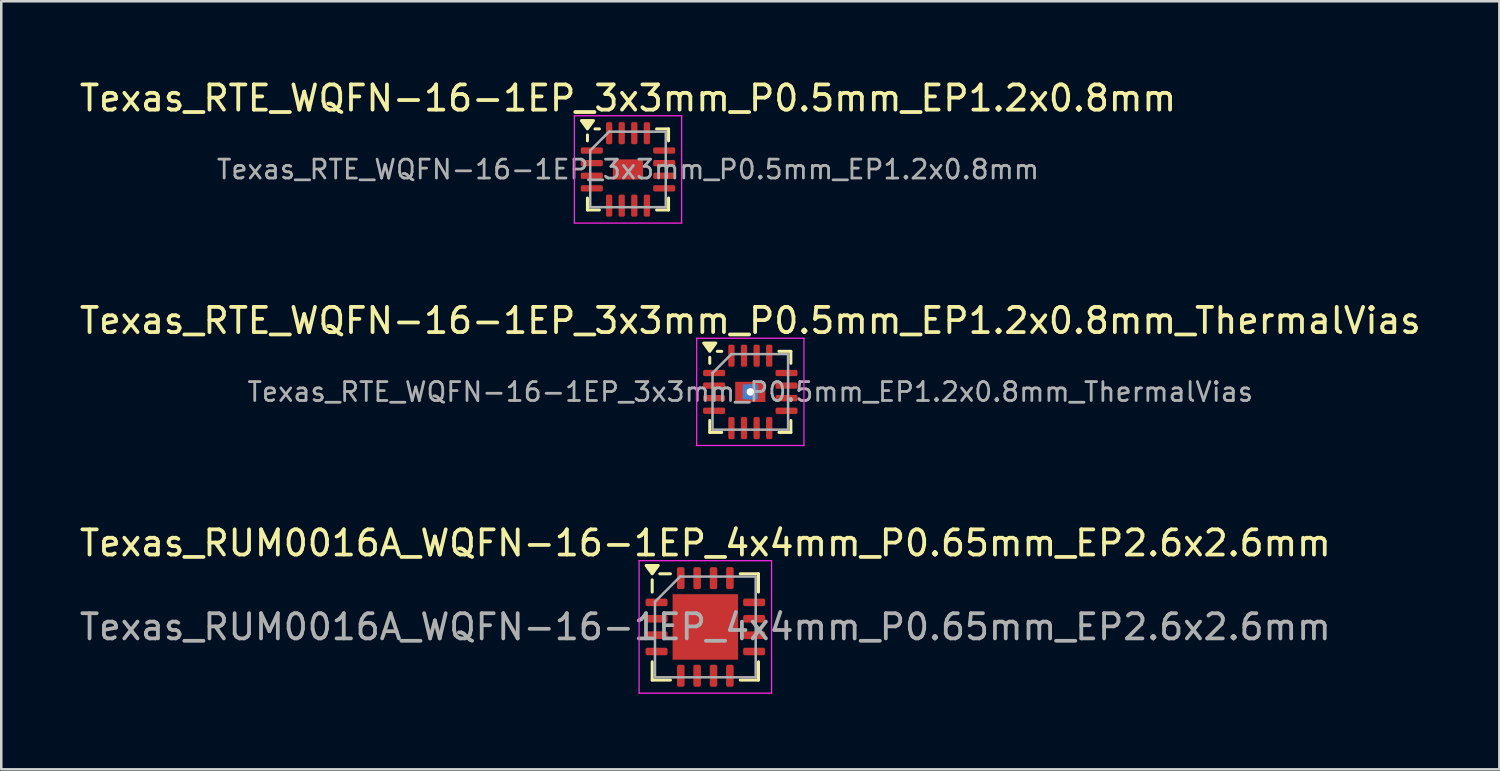
<source format=kicad_pcb>
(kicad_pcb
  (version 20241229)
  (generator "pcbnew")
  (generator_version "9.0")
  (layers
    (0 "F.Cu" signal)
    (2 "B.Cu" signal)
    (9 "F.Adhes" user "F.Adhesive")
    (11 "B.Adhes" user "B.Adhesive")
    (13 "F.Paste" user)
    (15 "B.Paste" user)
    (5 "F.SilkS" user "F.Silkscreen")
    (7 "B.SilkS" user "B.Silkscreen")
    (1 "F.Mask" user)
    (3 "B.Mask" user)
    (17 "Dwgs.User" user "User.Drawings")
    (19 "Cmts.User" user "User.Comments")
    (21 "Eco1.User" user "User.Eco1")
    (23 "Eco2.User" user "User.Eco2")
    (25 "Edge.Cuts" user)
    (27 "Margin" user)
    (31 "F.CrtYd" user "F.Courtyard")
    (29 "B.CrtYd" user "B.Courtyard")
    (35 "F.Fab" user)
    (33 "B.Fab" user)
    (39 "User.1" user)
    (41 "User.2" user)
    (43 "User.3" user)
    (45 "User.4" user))
  (footprint "Texas_RTE_WQFN-16-1EP_3x3mm_P0.5mm_EP1.2x0.8mm"
    (layer "F.Cu")
    (at 21.887 3.678)
    (property "Reference" "Texas_RTE_WQFN-16-1EP_3x3mm_P0.5mm_EP1.2x0.8mm" (at 0 -2.83 0) (layer "F.SilkS") (effects (font (size 1 1) (thickness 0.15))))
    (attr smd)
    (fp_line (start -1.61 -1.135) (end -1.61 -1.37) (stroke (width 0.12) (type solid)) (layer "F.SilkS"))
    (fp_line (start -1.61 1.61) (end -1.61 1.135) (stroke (width 0.12) (type solid)) (layer "F.SilkS"))
    (fp_line (start -1.135 -1.61) (end -1.31 -1.61) (stroke (width 0.12) (type solid)) (layer "F.SilkS"))
    (fp_line (start -1.135 1.61) (end -1.61 1.61) (stroke (width 0.12) (type solid)) (layer "F.SilkS"))
    (fp_line (start 1.135 -1.61) (end 1.61 -1.61) (stroke (width 0.12) (type solid)) (layer "F.SilkS"))
    (fp_line (start 1.135 1.61) (end 1.61 1.61) (stroke (width 0.12) (type solid)) (layer "F.SilkS"))
    (fp_line (start 1.61 -1.61) (end 1.61 -1.135) (stroke (width 0.12) (type solid)) (layer "F.SilkS"))
    (fp_line (start 1.61 1.61) (end 1.61 1.135) (stroke (width 0.12) (type solid)) (layer "F.SilkS"))
    (fp_poly (pts (xy -1.61 -1.61) (xy -1.85 -1.94) (xy -1.37 -1.94) (xy -1.61 -1.61)) (stroke (width 0.12) (type solid)) (fill yes) (layer "F.SilkS"))
    (fp_line (start -2.13 -2.13) (end -2.13 2.13) (stroke (width 0.05) (type solid)) (layer "F.CrtYd"))
    (fp_line (start -2.13 2.13) (end 2.13 2.13) (stroke (width 0.05) (type solid)) (layer "F.CrtYd"))
    (fp_line (start 2.13 -2.13) (end -2.13 -2.13) (stroke (width 0.05) (type solid)) (layer "F.CrtYd"))
    (fp_line (start 2.13 2.13) (end 2.13 -2.13) (stroke (width 0.05) (type solid)) (layer "F.CrtYd"))
    (fp_line (start -1.5 -0.75) (end -0.75 -1.5) (stroke (width 0.1) (type solid)) (layer "F.Fab"))
    (fp_line (start -1.5 1.5) (end -1.5 -0.75) (stroke (width 0.1) (type solid)) (layer "F.Fab"))
    (fp_line (start -0.75 -1.5) (end 1.5 -1.5) (stroke (width 0.1) (type solid)) (layer "F.Fab"))
    (fp_line (start 1.5 -1.5) (end 1.5 1.5) (stroke (width 0.1) (type solid)) (layer "F.Fab"))
    (fp_line (start 1.5 1.5) (end -1.5 1.5) (stroke (width 0.1) (type solid)) (layer "F.Fab"))
    (fp_text user "${REFERENCE}" (at 0 0 0) (layer "F.Fab") (effects (font (size 0.75 0.75) (thickness 0.11))))
    (pad "" smd roundrect (at -0.3 -0.2) (size 0.48 0.32) (layers "F.Paste") (roundrect_rratio 0.25))
    (pad "" smd roundrect (at -0.3 0.2) (size 0.48 0.32) (layers "F.Paste") (roundrect_rratio 0.25))
    (pad "" smd roundrect (at 0.3 -0.2) (size 0.48 0.32) (layers "F.Paste") (roundrect_rratio 0.25))
    (pad "" smd roundrect (at 0.3 0.2) (size 0.48 0.32) (layers "F.Paste") (roundrect_rratio 0.25))
    (pad "1" smd roundrect (at -1.438 -0.75) (size 0.875 0.25) (layers "F.Cu" "F.Mask" "F.Paste") (roundrect_rratio 0.25))
    (pad "2" smd roundrect (at -1.438 -0.25) (size 0.875 0.25) (layers "F.Cu" "F.Mask" "F.Paste") (roundrect_rratio 0.25))
    (pad "3" smd roundrect (at -1.438 0.25) (size 0.875 0.25) (layers "F.Cu" "F.Mask" "F.Paste") (roundrect_rratio 0.25))
    (pad "4" smd roundrect (at -1.438 0.75) (size 0.875 0.25) (layers "F.Cu" "F.Mask" "F.Paste") (roundrect_rratio 0.25))
    (pad "5" smd roundrect (at -0.75 1.438) (size 0.25 0.875) (layers "F.Cu" "F.Mask" "F.Paste") (roundrect_rratio 0.25))
    (pad "6" smd roundrect (at -0.25 1.438) (size 0.25 0.875) (layers "F.Cu" "F.Mask" "F.Paste") (roundrect_rratio 0.25))
    (pad "7" smd roundrect (at 0.25 1.438) (size 0.25 0.875) (layers "F.Cu" "F.Mask" "F.Paste") (roundrect_rratio 0.25))
    (pad "8" smd roundrect (at 0.75 1.438) (size 0.25 0.875) (layers "F.Cu" "F.Mask" "F.Paste") (roundrect_rratio 0.25))
    (pad "9" smd roundrect (at 1.438 0.75) (size 0.875 0.25) (layers "F.Cu" "F.Mask" "F.Paste") (roundrect_rratio 0.25))
    (pad "10" smd roundrect (at 1.438 0.25) (size 0.875 0.25) (layers "F.Cu" "F.Mask" "F.Paste") (roundrect_rratio 0.25))
    (pad "11" smd roundrect (at 1.438 -0.25) (size 0.875 0.25) (layers "F.Cu" "F.Mask" "F.Paste") (roundrect_rratio 0.25))
    (pad "12" smd roundrect (at 1.438 -0.75) (size 0.875 0.25) (layers "F.Cu" "F.Mask" "F.Paste") (roundrect_rratio 0.25))
    (pad "13" smd roundrect (at 0.75 -1.438) (size 0.25 0.875) (layers "F.Cu" "F.Mask" "F.Paste") (roundrect_rratio 0.25))
    (pad "14" smd roundrect (at 0.25 -1.438) (size 0.25 0.875) (layers "F.Cu" "F.Mask" "F.Paste") (roundrect_rratio 0.25))
    (pad "15" smd roundrect (at -0.25 -1.438) (size 0.25 0.875) (layers "F.Cu" "F.Mask" "F.Paste") (roundrect_rratio 0.25))
    (pad "16" smd roundrect (at -0.75 -1.438) (size 0.25 0.875) (layers "F.Cu" "F.Mask" "F.Paste") (roundrect_rratio 0.25))
    (pad "17" smd rect (at 0 0) (size 1.2 0.8) (property pad_prop_heatsink) (layers "F.Cu" "F.Mask")))
  (footprint "Texas_RTE_WQFN-16-1EP_3x3mm_P0.5mm_EP1.2x0.8mm_ThermalVias"
    (layer "F.Cu")
    (at 26.744 12.511)
    (property "Reference" "Texas_RTE_WQFN-16-1EP_3x3mm_P0.5mm_EP1.2x0.8mm_ThermalVias" (at 0 -2.83 0) (layer "F.SilkS") (effects (font (size 1 1) (thickness 0.15))))
    (attr smd)
    (fp_line (start -1.61 -1.135) (end -1.61 -1.37) (stroke (width 0.12) (type solid)) (layer "F.SilkS"))
    (fp_line (start -1.61 1.61) (end -1.61 1.135) (stroke (width 0.12) (type solid)) (layer "F.SilkS"))
    (fp_line (start -1.135 -1.61) (end -1.31 -1.61) (stroke (width 0.12) (type solid)) (layer "F.SilkS"))
    (fp_line (start -1.135 1.61) (end -1.61 1.61) (stroke (width 0.12) (type solid)) (layer "F.SilkS"))
    (fp_line (start 1.135 -1.61) (end 1.61 -1.61) (stroke (width 0.12) (type solid)) (layer "F.SilkS"))
    (fp_line (start 1.135 1.61) (end 1.61 1.61) (stroke (width 0.12) (type solid)) (layer "F.SilkS"))
    (fp_line (start 1.61 -1.61) (end 1.61 -1.135) (stroke (width 0.12) (type solid)) (layer "F.SilkS"))
    (fp_line (start 1.61 1.61) (end 1.61 1.135) (stroke (width 0.12) (type solid)) (layer "F.SilkS"))
    (fp_poly (pts (xy -1.61 -1.61) (xy -1.85 -1.94) (xy -1.37 -1.94) (xy -1.61 -1.61)) (stroke (width 0.12) (type solid)) (fill yes) (layer "F.SilkS"))
    (fp_line (start -2.13 -2.13) (end -2.13 2.13) (stroke (width 0.05) (type solid)) (layer "F.CrtYd"))
    (fp_line (start -2.13 2.13) (end 2.13 2.13) (stroke (width 0.05) (type solid)) (layer "F.CrtYd"))
    (fp_line (start 2.13 -2.13) (end -2.13 -2.13) (stroke (width 0.05) (type solid)) (layer "F.CrtYd"))
    (fp_line (start 2.13 2.13) (end 2.13 -2.13) (stroke (width 0.05) (type solid)) (layer "F.CrtYd"))
    (fp_line (start -1.5 -0.75) (end -0.75 -1.5) (stroke (width 0.1) (type solid)) (layer "F.Fab"))
    (fp_line (start -1.5 1.5) (end -1.5 -0.75) (stroke (width 0.1) (type solid)) (layer "F.Fab"))
    (fp_line (start -0.75 -1.5) (end 1.5 -1.5) (stroke (width 0.1) (type solid)) (layer "F.Fab"))
    (fp_line (start 1.5 -1.5) (end 1.5 1.5) (stroke (width 0.1) (type solid)) (layer "F.Fab"))
    (fp_line (start 1.5 1.5) (end -1.5 1.5) (stroke (width 0.1) (type solid)) (layer "F.Fab"))
    (fp_text user "${REFERENCE}" (at 0 0 0) (layer "F.Fab") (effects (font (size 0.75 0.75) (thickness 0.11))))
    (pad "" smd roundrect (at -0.34 -0.23) (size 0.5 0.33) (layers "F.Paste") (roundrect_rratio 0.25))
    (pad "" smd roundrect (at -0.34 0.23) (size 0.5 0.33) (layers "F.Paste") (roundrect_rratio 0.25))
    (pad "" smd roundrect (at 0.34 -0.23) (size 0.5 0.33) (layers "F.Paste") (roundrect_rratio 0.25))
    (pad "" smd roundrect (at 0.34 0.23) (size 0.5 0.33) (layers "F.Paste") (roundrect_rratio 0.25))
    (pad "1" smd roundrect (at -1.438 -0.75) (size 0.875 0.25) (layers "F.Cu" "F.Mask" "F.Paste") (roundrect_rratio 0.25))
    (pad "2" smd roundrect (at -1.438 -0.25) (size 0.875 0.25) (layers "F.Cu" "F.Mask" "F.Paste") (roundrect_rratio 0.25))
    (pad "3" smd roundrect (at -1.438 0.25) (size 0.875 0.25) (layers "F.Cu" "F.Mask" "F.Paste") (roundrect_rratio 0.25))
    (pad "4" smd roundrect (at -1.438 0.75) (size 0.875 0.25) (layers "F.Cu" "F.Mask" "F.Paste") (roundrect_rratio 0.25))
    (pad "5" smd roundrect (at -0.75 1.438) (size 0.25 0.875) (layers "F.Cu" "F.Mask" "F.Paste") (roundrect_rratio 0.25))
    (pad "6" smd roundrect (at -0.25 1.438) (size 0.25 0.875) (layers "F.Cu" "F.Mask" "F.Paste") (roundrect_rratio 0.25))
    (pad "7" smd roundrect (at 0.25 1.438) (size 0.25 0.875) (layers "F.Cu" "F.Mask" "F.Paste") (roundrect_rratio 0.25))
    (pad "8" smd roundrect (at 0.75 1.438) (size 0.25 0.875) (layers "F.Cu" "F.Mask" "F.Paste") (roundrect_rratio 0.25))
    (pad "9" smd roundrect (at 1.438 0.75) (size 0.875 0.25) (layers "F.Cu" "F.Mask" "F.Paste") (roundrect_rratio 0.25))
    (pad "10" smd roundrect (at 1.438 0.25) (size 0.875 0.25) (layers "F.Cu" "F.Mask" "F.Paste") (roundrect_rratio 0.25))
    (pad "11" smd roundrect (at 1.438 -0.25) (size 0.875 0.25) (layers "F.Cu" "F.Mask" "F.Paste") (roundrect_rratio 0.25))
    (pad "12" smd roundrect (at 1.438 -0.75) (size 0.875 0.25) (layers "F.Cu" "F.Mask" "F.Paste") (roundrect_rratio 0.25))
    (pad "13" smd roundrect (at 0.75 -1.438) (size 0.25 0.875) (layers "F.Cu" "F.Mask" "F.Paste") (roundrect_rratio 0.25))
    (pad "14" smd roundrect (at 0.25 -1.438) (size 0.25 0.875) (layers "F.Cu" "F.Mask" "F.Paste") (roundrect_rratio 0.25))
    (pad "15" smd roundrect (at -0.25 -1.438) (size 0.25 0.875) (layers "F.Cu" "F.Mask" "F.Paste") (roundrect_rratio 0.25))
    (pad "16" smd roundrect (at -0.75 -1.438) (size 0.25 0.875) (layers "F.Cu" "F.Mask" "F.Paste") (roundrect_rratio 0.25))
    (pad "17" thru_hole circle (at 0 0) (size 0.6 0.6) (drill 0.3) (property pad_prop_heatsink) (layers "*.Cu"))
    (pad "17" smd rect (at 0 0) (size 0.6 0.6) (property pad_prop_heatsink) (layers "B.Cu"))
    (pad "17" smd rect (at 0 0) (size 1.2 0.8) (property pad_prop_heatsink) (layers "F.Cu" "F.Mask")))
  (footprint "Texas_RUM0016A_WQFN-16-1EP_4x4mm_P0.65mm_EP2.6x2.6mm"
    (layer "F.Cu")
    (at 24.958 21.845)
    (property "Reference" "Texas_RUM0016A_WQFN-16-1EP_4x4mm_P0.65mm_EP2.6x2.6mm" (at 0 -3.33 0) (layer "F.SilkS") (effects (font (size 1 1) (thickness 0.15))))
    (attr smd)
    (fp_line (start -2.11 -1.385) (end -2.11 -1.87) (stroke (width 0.12) (type solid)) (layer "F.SilkS"))
    (fp_line (start -2.11 2.11) (end -2.11 1.385) (stroke (width 0.12) (type solid)) (layer "F.SilkS"))
    (fp_line (start -1.385 -2.11) (end -1.81 -2.11) (stroke (width 0.12) (type solid)) (layer "F.SilkS"))
    (fp_line (start -1.385 2.11) (end -2.11 2.11) (stroke (width 0.12) (type solid)) (layer "F.SilkS"))
    (fp_line (start 1.385 -2.11) (end 2.11 -2.11) (stroke (width 0.12) (type solid)) (layer "F.SilkS"))
    (fp_line (start 1.385 2.11) (end 2.11 2.11) (stroke (width 0.12) (type solid)) (layer "F.SilkS"))
    (fp_line (start 2.11 -2.11) (end 2.11 -1.385) (stroke (width 0.12) (type solid)) (layer "F.SilkS"))
    (fp_line (start 2.11 2.11) (end 2.11 1.385) (stroke (width 0.12) (type solid)) (layer "F.SilkS"))
    (fp_poly (pts (xy -2.11 -2.11) (xy -2.35 -2.44) (xy -1.87 -2.44) (xy -2.11 -2.11)) (stroke (width 0.12) (type solid)) (fill yes) (layer "F.SilkS"))
    (fp_line (start -2.63 -2.63) (end -2.63 2.63) (stroke (width 0.05) (type solid)) (layer "F.CrtYd"))
    (fp_line (start -2.63 2.63) (end 2.63 2.63) (stroke (width 0.05) (type solid)) (layer "F.CrtYd"))
    (fp_line (start 2.63 -2.63) (end -2.63 -2.63) (stroke (width 0.05) (type solid)) (layer "F.CrtYd"))
    (fp_line (start 2.63 2.63) (end 2.63 -2.63) (stroke (width 0.05) (type solid)) (layer "F.CrtYd"))
    (fp_line (start -2 -1) (end -1 -2) (stroke (width 0.1) (type solid)) (layer "F.Fab"))
    (fp_line (start -2 2) (end -2 -1) (stroke (width 0.1) (type solid)) (layer "F.Fab"))
    (fp_line (start -1 -2) (end 2 -2) (stroke (width 0.1) (type solid)) (layer "F.Fab"))
    (fp_line (start 2 -2) (end 2 2) (stroke (width 0.1) (type solid)) (layer "F.Fab"))
    (fp_line (start 2 2) (end -2 2) (stroke (width 0.1) (type solid)) (layer "F.Fab"))
    (fp_text user "${REFERENCE}" (at 0 0 0) (layer "F.Fab") (effects (font (size 1 1) (thickness 0.15))))
    (pad "" smd roundrect (at -0.65 -0.65) (size 1.05 1.05) (layers "F.Paste") (roundrect_rratio 0.238))
    (pad "" smd roundrect (at -0.65 0.65) (size 1.05 1.05) (layers "F.Paste") (roundrect_rratio 0.238))
    (pad "" smd roundrect (at 0.65 -0.65) (size 1.05 1.05) (layers "F.Paste") (roundrect_rratio 0.238))
    (pad "" smd roundrect (at 0.65 0.65) (size 1.05 1.05) (layers "F.Paste") (roundrect_rratio 0.238))
    (pad "1" smd roundrect (at -1.938 -0.975) (size 0.875 0.3) (layers "F.Cu" "F.Mask" "F.Paste") (roundrect_rratio 0.25))
    (pad "2" smd roundrect (at -1.938 -0.325) (size 0.875 0.3) (layers "F.Cu" "F.Mask" "F.Paste") (roundrect_rratio 0.25))
    (pad "3" smd roundrect (at -1.938 0.325) (size 0.875 0.3) (layers "F.Cu" "F.Mask" "F.Paste") (roundrect_rratio 0.25))
    (pad "4" smd roundrect (at -1.938 0.975) (size 0.875 0.3) (layers "F.Cu" "F.Mask" "F.Paste") (roundrect_rratio 0.25))
    (pad "5" smd roundrect (at -0.975 1.938) (size 0.3 0.875) (layers "F.Cu" "F.Mask" "F.Paste") (roundrect_rratio 0.25))
    (pad "6" smd roundrect (at -0.325 1.938) (size 0.3 0.875) (layers "F.Cu" "F.Mask" "F.Paste") (roundrect_rratio 0.25))
    (pad "7" smd roundrect (at 0.325 1.938) (size 0.3 0.875) (layers "F.Cu" "F.Mask" "F.Paste") (roundrect_rratio 0.25))
    (pad "8" smd roundrect (at 0.975 1.938) (size 0.3 0.875) (layers "F.Cu" "F.Mask" "F.Paste") (roundrect_rratio 0.25))
    (pad "9" smd roundrect (at 1.938 0.975) (size 0.875 0.3) (layers "F.Cu" "F.Mask" "F.Paste") (roundrect_rratio 0.25))
    (pad "10" smd roundrect (at 1.938 0.325) (size 0.875 0.3) (layers "F.Cu" "F.Mask" "F.Paste") (roundrect_rratio 0.25))
    (pad "11" smd roundrect (at 1.938 -0.325) (size 0.875 0.3) (layers "F.Cu" "F.Mask" "F.Paste") (roundrect_rratio 0.25))
    (pad "12" smd roundrect (at 1.938 -0.975) (size 0.875 0.3) (layers "F.Cu" "F.Mask" "F.Paste") (roundrect_rratio 0.25))
    (pad "13" smd roundrect (at 0.975 -1.938) (size 0.3 0.875) (layers "F.Cu" "F.Mask" "F.Paste") (roundrect_rratio 0.25))
    (pad "14" smd roundrect (at 0.325 -1.938) (size 0.3 0.875) (layers "F.Cu" "F.Mask" "F.Paste") (roundrect_rratio 0.25))
    (pad "15" smd roundrect (at -0.325 -1.938) (size 0.3 0.875) (layers "F.Cu" "F.Mask" "F.Paste") (roundrect_rratio 0.25))
    (pad "16" smd roundrect (at -0.975 -1.938) (size 0.3 0.875) (layers "F.Cu" "F.Mask" "F.Paste") (roundrect_rratio 0.25))
    (pad "17" smd rect (at 0 0) (size 2.6 2.6) (property pad_prop_heatsink) (layers "F.Cu" "F.Mask")))
  (gr_rect
    (start -3 -3)
    (end 56.488 27.5)
    (stroke (width 0.1) (type default))
    (fill no)
    (layer "Edge.Cuts")))
</source>
